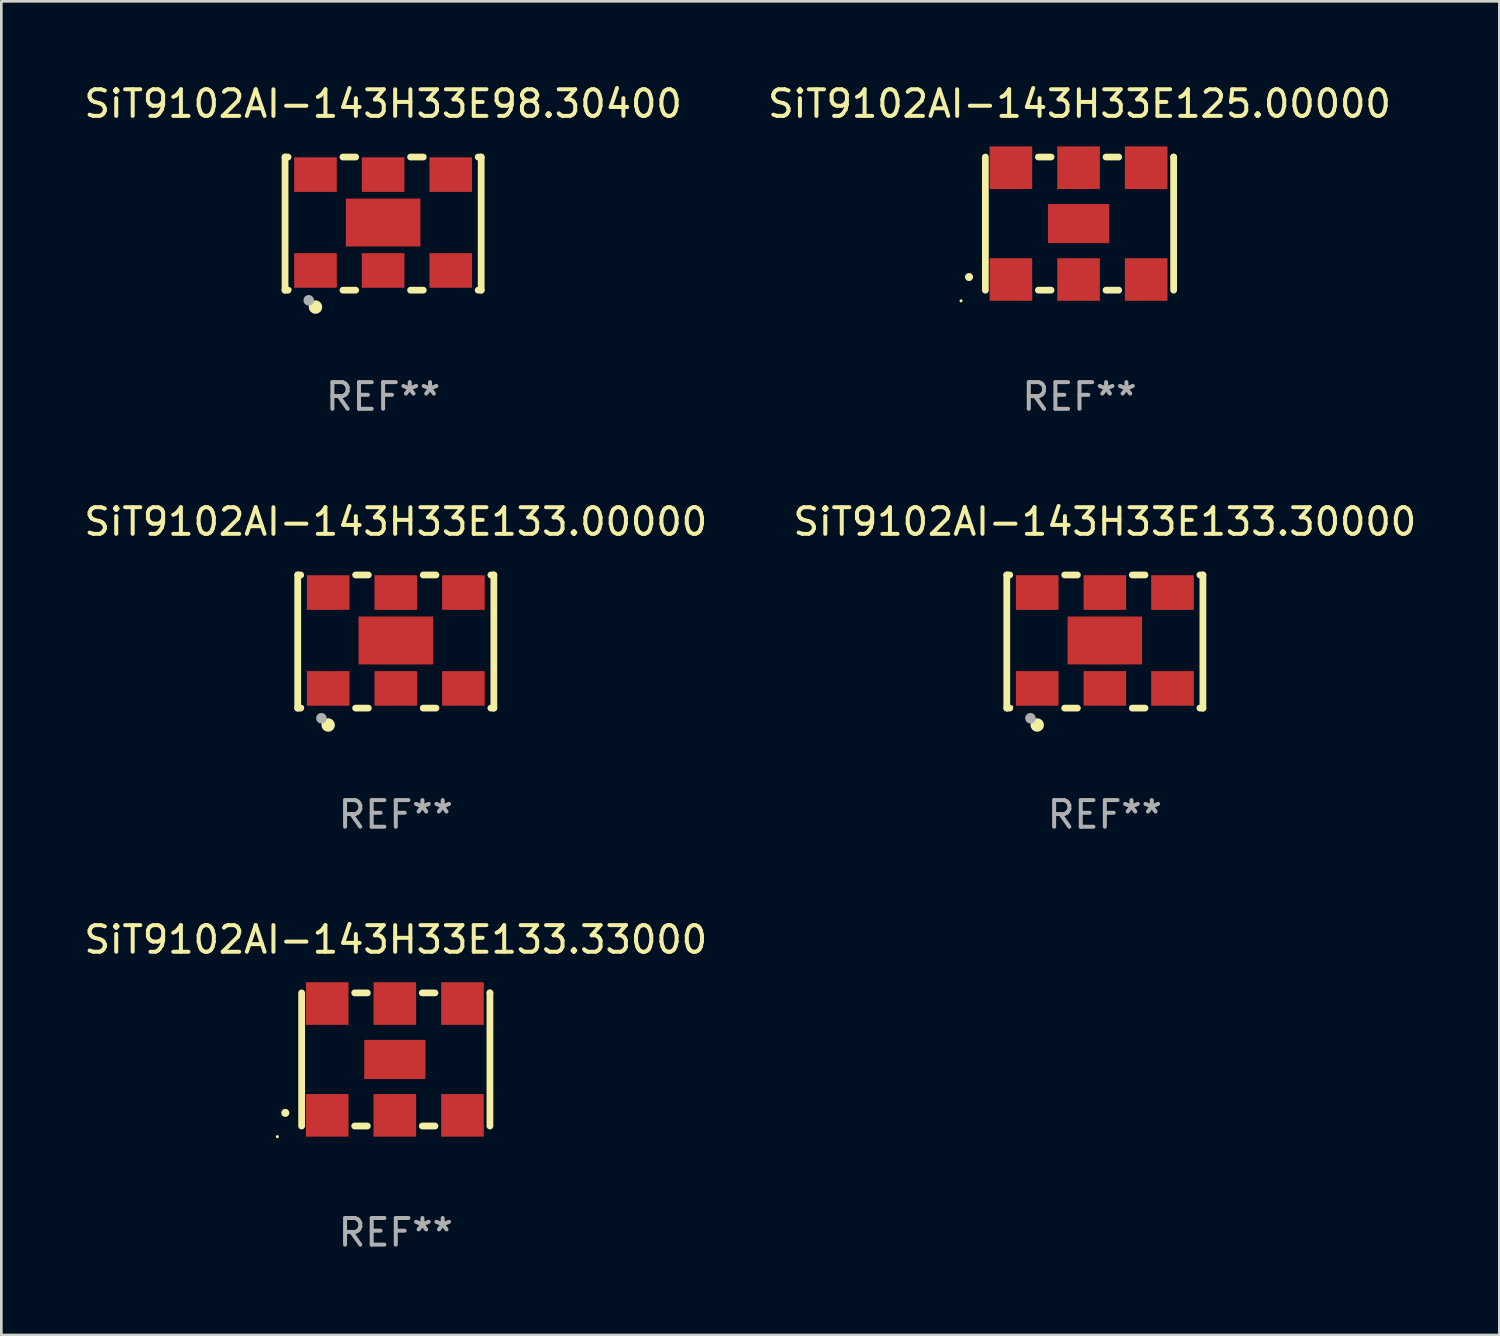
<source format=kicad_pcb>
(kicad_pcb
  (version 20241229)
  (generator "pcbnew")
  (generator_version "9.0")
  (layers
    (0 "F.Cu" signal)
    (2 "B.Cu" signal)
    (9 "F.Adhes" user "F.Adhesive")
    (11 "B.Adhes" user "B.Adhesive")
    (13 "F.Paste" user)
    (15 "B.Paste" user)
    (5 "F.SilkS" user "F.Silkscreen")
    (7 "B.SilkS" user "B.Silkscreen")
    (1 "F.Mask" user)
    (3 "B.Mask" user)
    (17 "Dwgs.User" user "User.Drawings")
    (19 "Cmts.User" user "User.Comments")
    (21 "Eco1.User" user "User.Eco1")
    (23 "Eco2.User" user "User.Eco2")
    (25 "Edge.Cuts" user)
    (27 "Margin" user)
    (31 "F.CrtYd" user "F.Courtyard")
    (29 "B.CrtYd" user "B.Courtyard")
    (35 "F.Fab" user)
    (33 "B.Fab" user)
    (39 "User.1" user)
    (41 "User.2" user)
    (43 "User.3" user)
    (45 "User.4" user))
  (footprint "SiT9102AI-143H33E133.33000"
    (layer "F.Cu")
    (at 11.815 36.741)
    (property "Reference" "SiT9102AI-143H33E133.33000" (at 0 -4.5 0) (layer "F.SilkS") (effects (font (size 1 1) (thickness 0.15))))
    (attr through_hole)
    (fp_line (start -3.536 -2.5) (end -3.536 2.5) (stroke (width 0.254) (type solid)) (layer "F.SilkS"))
    (fp_line (start -1.544 2.5) (end -1.067 2.5) (stroke (width 0.254) (type solid)) (layer "F.SilkS"))
    (fp_line (start -1.067 -2.5) (end -1.544 -2.5) (stroke (width 0.254) (type solid)) (layer "F.SilkS"))
    (fp_line (start 0.996 2.5) (end 1.473 2.5) (stroke (width 0.254) (type solid)) (layer "F.SilkS"))
    (fp_line (start 1.473 -2.5) (end 0.996 -2.5) (stroke (width 0.254) (type solid)) (layer "F.SilkS"))
    (fp_line (start 3.536 -2.5) (end 3.536 -2.5) (stroke (width 0.254) (type solid)) (layer "F.SilkS"))
    (fp_line (start 3.536 2.5) (end 3.536 -2.5) (stroke (width 0.254) (type solid)) (layer "F.SilkS"))
    (fp_arc (start -4.150432 2.006604) (mid -4.149162 2.006599) (end -4.147892 2.006604) (stroke (width 0.3) (type solid)) (layer "F.SilkS"))
    (fp_circle (center -4.449 2.9) (end -4.419 2.9) (stroke (width 0.06) (type solid)) (fill no) (layer "F.SilkS"))
    (fp_text user "REF**" (at 0 6.5 0) (layer "F.Fab") (effects (font (size 1 1) (thickness 0.15))))
    (pad "1" smd rect (at -2.576 2.1) (size 1.6 1.6) (layers "F.Cu" "F.Mask" "F.Paste"))
    (pad "2" smd rect (at -0.036 2.1) (size 1.6 1.6) (layers "F.Cu" "F.Mask" "F.Paste"))
    (pad "3" smd rect (at 2.504 2.1) (size 1.6 1.6) (layers "F.Cu" "F.Mask" "F.Paste"))
    (pad "4" smd rect (at 2.504 -2.1) (size 1.6 1.6) (layers "F.Cu" "F.Mask" "F.Paste"))
    (pad "5" smd rect (at -0.036 -2.1) (size 1.6 1.6) (layers "F.Cu" "F.Mask" "F.Paste"))
    (pad "6" smd rect (at -2.576 -2.1) (size 1.6 1.6) (layers "F.Cu" "F.Mask" "F.Paste"))
    (pad "7" smd rect (at -0.036 0) (size 2.3 1.47) (layers "F.Cu" "F.Mask" "F.Paste")))
  (footprint "SiT9102AI-143H33E133.30000"
    (layer "F.Cu")
    (at 38.446 21.045)
    (property "Reference" "SiT9102AI-143H33E133.30000" (at 0 -4.5 0) (layer "F.SilkS") (effects (font (size 1 1) (thickness 0.15))))
    (attr through_hole)
    (fp_line (start -3.683 -2.5) (end -3.571 -2.5) (stroke (width 0.254) (type solid)) (layer "F.SilkS"))
    (fp_line (start -3.683 2.5) (end -3.683 -2.5) (stroke (width 0.254) (type solid)) (layer "F.SilkS"))
    (fp_line (start -3.683 2.5) (end -3.571 2.5) (stroke (width 0.254) (type solid)) (layer "F.SilkS"))
    (fp_line (start -1.509 -2.5) (end -1.031 -2.5) (stroke (width 0.254) (type solid)) (layer "F.SilkS"))
    (fp_line (start -1.509 2.5) (end -1.031 2.5) (stroke (width 0.254) (type solid)) (layer "F.SilkS"))
    (fp_line (start 1.031 -2.5) (end 1.509 -2.5) (stroke (width 0.254) (type solid)) (layer "F.SilkS"))
    (fp_line (start 1.031 2.5) (end 1.509 2.5) (stroke (width 0.254) (type solid)) (layer "F.SilkS"))
    (fp_line (start 3.571 -2.5) (end 3.683 -2.5) (stroke (width 0.254) (type solid)) (layer "F.SilkS"))
    (fp_line (start 3.571 2.5) (end 3.683 2.5) (stroke (width 0.254) (type solid)) (layer "F.SilkS"))
    (fp_line (start 3.683 2.5) (end 3.683 -2.5) (stroke (width 0.254) (type solid)) (layer "F.SilkS"))
    (fp_circle (center -3.5 2.46) (end -3.47 2.46) (stroke (width 0.06) (type solid)) (fill no) (layer "F.SilkS"))
    (fp_circle (center -2.54 3.135) (end -2.413 3.135) (stroke (width 0.254) (type solid)) (fill no) (layer "F.SilkS"))
    (fp_circle (center -2.794 2.881) (end -2.694 2.881) (stroke (width 0.2) (type solid)) (fill no) (layer "F.Fab"))
    (fp_text user "REF**" (at 0 6.5 0) (layer "F.Fab") (effects (font (size 1 1) (thickness 0.15))))
    (pad "1" smd rect (at -2.54 1.76) (size 1.6 1.3) (layers "F.Cu" "F.Mask" "F.Paste"))
    (pad "2" smd rect (at 0 1.76) (size 1.6 1.3) (layers "F.Cu" "F.Mask" "F.Paste"))
    (pad "3" smd rect (at 2.54 1.76) (size 1.6 1.3) (layers "F.Cu" "F.Mask" "F.Paste"))
    (pad "4" smd rect (at 2.54 -1.84) (size 1.6 1.3) (layers "F.Cu" "F.Mask" "F.Paste"))
    (pad "5" smd rect (at 0 -1.84) (size 1.6 1.3) (layers "F.Cu" "F.Mask" "F.Paste"))
    (pad "6" smd rect (at -2.54 -1.84) (size 1.6 1.3) (layers "F.Cu" "F.Mask" "F.Paste"))
    (pad "7" smd rect (at 0 -0.04) (size 2.8 1.8) (layers "F.Cu" "F.Mask" "F.Paste")))
  (footprint "SiT9102AI-143H33E98.30400"
    (layer "F.Cu")
    (at 11.339 5.348)
    (property "Reference" "SiT9102AI-143H33E98.30400" (at 0 -4.5 0) (layer "F.SilkS") (effects (font (size 1 1) (thickness 0.15))))
    (attr through_hole)
    (fp_line (start -3.683 -2.5) (end -3.571 -2.5) (stroke (width 0.254) (type solid)) (layer "F.SilkS"))
    (fp_line (start -3.683 2.5) (end -3.683 -2.5) (stroke (width 0.254) (type solid)) (layer "F.SilkS"))
    (fp_line (start -3.683 2.5) (end -3.571 2.5) (stroke (width 0.254) (type solid)) (layer "F.SilkS"))
    (fp_line (start -1.509 -2.5) (end -1.031 -2.5) (stroke (width 0.254) (type solid)) (layer "F.SilkS"))
    (fp_line (start -1.509 2.5) (end -1.031 2.5) (stroke (width 0.254) (type solid)) (layer "F.SilkS"))
    (fp_line (start 1.031 -2.5) (end 1.509 -2.5) (stroke (width 0.254) (type solid)) (layer "F.SilkS"))
    (fp_line (start 1.031 2.5) (end 1.509 2.5) (stroke (width 0.254) (type solid)) (layer "F.SilkS"))
    (fp_line (start 3.571 -2.5) (end 3.683 -2.5) (stroke (width 0.254) (type solid)) (layer "F.SilkS"))
    (fp_line (start 3.571 2.5) (end 3.683 2.5) (stroke (width 0.254) (type solid)) (layer "F.SilkS"))
    (fp_line (start 3.683 2.5) (end 3.683 -2.5) (stroke (width 0.254) (type solid)) (layer "F.SilkS"))
    (fp_circle (center -3.5 2.46) (end -3.47 2.46) (stroke (width 0.06) (type solid)) (fill no) (layer "F.SilkS"))
    (fp_circle (center -2.54 3.135) (end -2.413 3.135) (stroke (width 0.254) (type solid)) (fill no) (layer "F.SilkS"))
    (fp_circle (center -2.794 2.881) (end -2.694 2.881) (stroke (width 0.2) (type solid)) (fill no) (layer "F.Fab"))
    (fp_text user "REF**" (at 0 6.5 0) (layer "F.Fab") (effects (font (size 1 1) (thickness 0.15))))
    (pad "1" smd rect (at -2.54 1.76) (size 1.6 1.3) (layers "F.Cu" "F.Mask" "F.Paste"))
    (pad "2" smd rect (at 0 1.76) (size 1.6 1.3) (layers "F.Cu" "F.Mask" "F.Paste"))
    (pad "3" smd rect (at 2.54 1.76) (size 1.6 1.3) (layers "F.Cu" "F.Mask" "F.Paste"))
    (pad "4" smd rect (at 2.54 -1.84) (size 1.6 1.3) (layers "F.Cu" "F.Mask" "F.Paste"))
    (pad "5" smd rect (at 0 -1.84) (size 1.6 1.3) (layers "F.Cu" "F.Mask" "F.Paste"))
    (pad "6" smd rect (at -2.54 -1.84) (size 1.6 1.3) (layers "F.Cu" "F.Mask" "F.Paste"))
    (pad "7" smd rect (at 0 -0.04) (size 2.8 1.8) (layers "F.Cu" "F.Mask" "F.Paste")))
  (footprint "SiT9102AI-143H33E133.00000"
    (layer "F.Cu")
    (at 11.815 21.045)
    (property "Reference" "SiT9102AI-143H33E133.00000" (at 0 -4.5 0) (layer "F.SilkS") (effects (font (size 1 1) (thickness 0.15))))
    (attr through_hole)
    (fp_line (start -3.683 -2.5) (end -3.571 -2.5) (stroke (width 0.254) (type solid)) (layer "F.SilkS"))
    (fp_line (start -3.683 2.5) (end -3.683 -2.5) (stroke (width 0.254) (type solid)) (layer "F.SilkS"))
    (fp_line (start -3.683 2.5) (end -3.571 2.5) (stroke (width 0.254) (type solid)) (layer "F.SilkS"))
    (fp_line (start -1.509 -2.5) (end -1.031 -2.5) (stroke (width 0.254) (type solid)) (layer "F.SilkS"))
    (fp_line (start -1.509 2.5) (end -1.031 2.5) (stroke (width 0.254) (type solid)) (layer "F.SilkS"))
    (fp_line (start 1.031 -2.5) (end 1.509 -2.5) (stroke (width 0.254) (type solid)) (layer "F.SilkS"))
    (fp_line (start 1.031 2.5) (end 1.509 2.5) (stroke (width 0.254) (type solid)) (layer "F.SilkS"))
    (fp_line (start 3.571 -2.5) (end 3.683 -2.5) (stroke (width 0.254) (type solid)) (layer "F.SilkS"))
    (fp_line (start 3.571 2.5) (end 3.683 2.5) (stroke (width 0.254) (type solid)) (layer "F.SilkS"))
    (fp_line (start 3.683 2.5) (end 3.683 -2.5) (stroke (width 0.254) (type solid)) (layer "F.SilkS"))
    (fp_circle (center -3.5 2.46) (end -3.47 2.46) (stroke (width 0.06) (type solid)) (fill no) (layer "F.SilkS"))
    (fp_circle (center -2.54 3.135) (end -2.413 3.135) (stroke (width 0.254) (type solid)) (fill no) (layer "F.SilkS"))
    (fp_circle (center -2.794 2.881) (end -2.694 2.881) (stroke (width 0.2) (type solid)) (fill no) (layer "F.Fab"))
    (fp_text user "REF**" (at 0 6.5 0) (layer "F.Fab") (effects (font (size 1 1) (thickness 0.15))))
    (pad "1" smd rect (at -2.54 1.76) (size 1.6 1.3) (layers "F.Cu" "F.Mask" "F.Paste"))
    (pad "2" smd rect (at 0 1.76) (size 1.6 1.3) (layers "F.Cu" "F.Mask" "F.Paste"))
    (pad "3" smd rect (at 2.54 1.76) (size 1.6 1.3) (layers "F.Cu" "F.Mask" "F.Paste"))
    (pad "4" smd rect (at 2.54 -1.84) (size 1.6 1.3) (layers "F.Cu" "F.Mask" "F.Paste"))
    (pad "5" smd rect (at 0 -1.84) (size 1.6 1.3) (layers "F.Cu" "F.Mask" "F.Paste"))
    (pad "6" smd rect (at -2.54 -1.84) (size 1.6 1.3) (layers "F.Cu" "F.Mask" "F.Paste"))
    (pad "7" smd rect (at 0 -0.04) (size 2.8 1.8) (layers "F.Cu" "F.Mask" "F.Paste")))
  (footprint "SiT9102AI-143H33E125.00000"
    (layer "F.Cu")
    (at 37.494 5.348)
    (property "Reference" "SiT9102AI-143H33E125.00000" (at 0 -4.5 0) (layer "F.SilkS") (effects (font (size 1 1) (thickness 0.15))))
    (attr through_hole)
    (fp_line (start -3.536 -2.5) (end -3.536 2.5) (stroke (width 0.254) (type solid)) (layer "F.SilkS"))
    (fp_line (start -1.544 2.5) (end -1.067 2.5) (stroke (width 0.254) (type solid)) (layer "F.SilkS"))
    (fp_line (start -1.067 -2.5) (end -1.544 -2.5) (stroke (width 0.254) (type solid)) (layer "F.SilkS"))
    (fp_line (start 0.996 2.5) (end 1.473 2.5) (stroke (width 0.254) (type solid)) (layer "F.SilkS"))
    (fp_line (start 1.473 -2.5) (end 0.996 -2.5) (stroke (width 0.254) (type solid)) (layer "F.SilkS"))
    (fp_line (start 3.536 -2.5) (end 3.536 -2.5) (stroke (width 0.254) (type solid)) (layer "F.SilkS"))
    (fp_line (start 3.536 2.5) (end 3.536 -2.5) (stroke (width 0.254) (type solid)) (layer "F.SilkS"))
    (fp_arc (start -4.150432 2.006604) (mid -4.149162 2.006599) (end -4.147892 2.006604) (stroke (width 0.3) (type solid)) (layer "F.SilkS"))
    (fp_circle (center -4.449 2.9) (end -4.419 2.9) (stroke (width 0.06) (type solid)) (fill no) (layer "F.SilkS"))
    (fp_text user "REF**" (at 0 6.5 0) (layer "F.Fab") (effects (font (size 1 1) (thickness 0.15))))
    (pad "1" smd rect (at -2.576 2.1) (size 1.6 1.6) (layers "F.Cu" "F.Mask" "F.Paste"))
    (pad "2" smd rect (at -0.036 2.1) (size 1.6 1.6) (layers "F.Cu" "F.Mask" "F.Paste"))
    (pad "3" smd rect (at 2.504 2.1) (size 1.6 1.6) (layers "F.Cu" "F.Mask" "F.Paste"))
    (pad "4" smd rect (at 2.504 -2.1) (size 1.6 1.6) (layers "F.Cu" "F.Mask" "F.Paste"))
    (pad "5" smd rect (at -0.036 -2.1) (size 1.6 1.6) (layers "F.Cu" "F.Mask" "F.Paste"))
    (pad "6" smd rect (at -2.576 -2.1) (size 1.6 1.6) (layers "F.Cu" "F.Mask" "F.Paste"))
    (pad "7" smd rect (at -0.036 0) (size 2.3 1.47) (layers "F.Cu" "F.Mask" "F.Paste")))
  (gr_rect
    (start -3 -3)
    (end 53.262 47.09)
    (stroke (width 0.1) (type default))
    (fill no)
    (layer "Edge.Cuts")))
</source>
